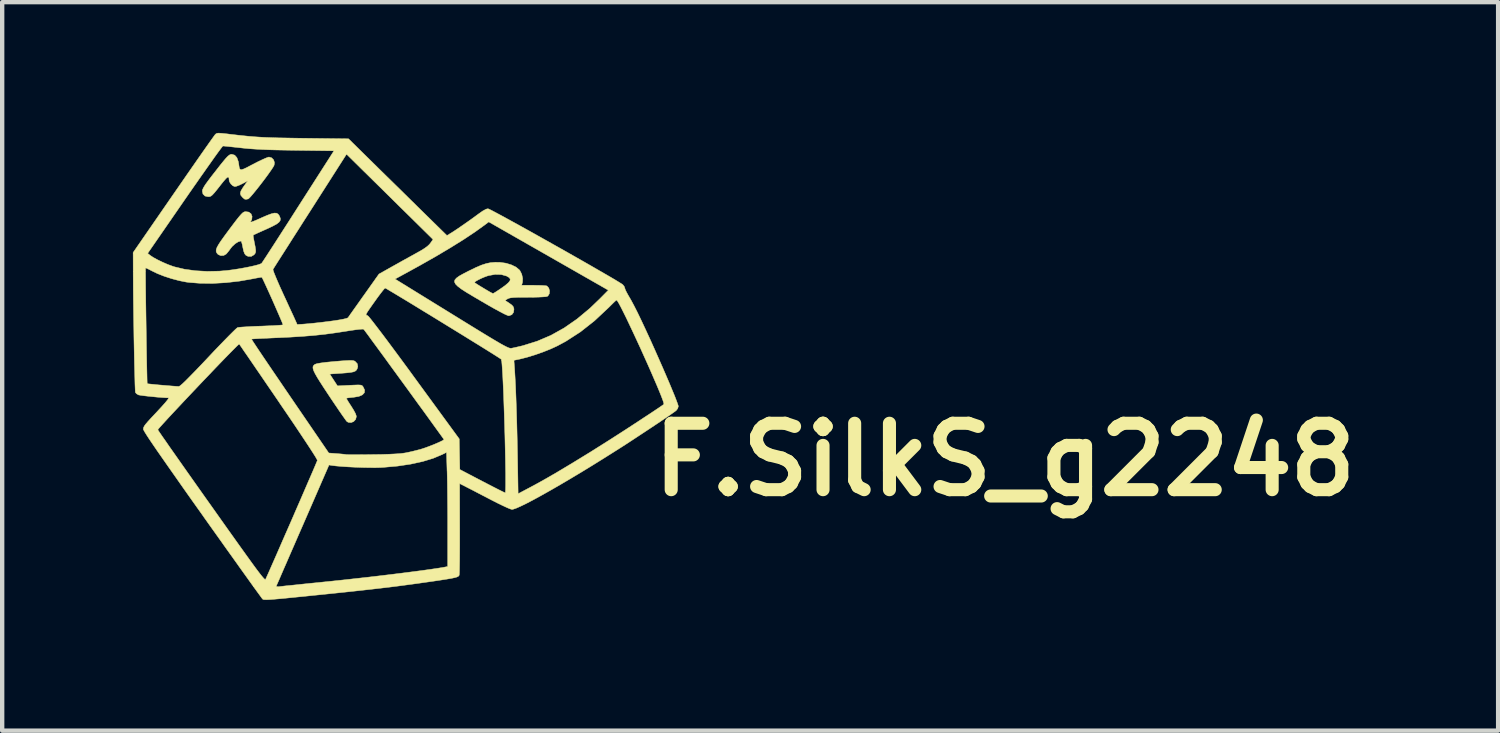
<source format=kicad_pcb>
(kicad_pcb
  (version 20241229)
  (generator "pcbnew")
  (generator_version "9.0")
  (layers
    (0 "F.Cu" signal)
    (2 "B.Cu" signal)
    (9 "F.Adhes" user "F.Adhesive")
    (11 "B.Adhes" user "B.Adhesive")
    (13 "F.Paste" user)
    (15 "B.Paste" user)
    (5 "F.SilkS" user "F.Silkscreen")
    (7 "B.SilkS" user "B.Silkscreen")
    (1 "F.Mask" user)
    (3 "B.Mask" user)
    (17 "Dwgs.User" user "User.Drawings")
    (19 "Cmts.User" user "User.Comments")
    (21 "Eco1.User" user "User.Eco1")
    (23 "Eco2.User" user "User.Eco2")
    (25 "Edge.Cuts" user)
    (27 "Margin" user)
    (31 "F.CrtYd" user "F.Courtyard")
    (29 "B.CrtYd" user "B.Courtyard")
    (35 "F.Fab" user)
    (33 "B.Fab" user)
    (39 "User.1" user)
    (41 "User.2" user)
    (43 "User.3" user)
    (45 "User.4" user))
  (footprint "F.SilkS_g2248"
    (layer "F.Cu")
    (at 20.007 7.496)
    (property "Reference" "F.SilkS_g2248" (at 0 0 0) (layer "F.SilkS") (effects (font (size 1.524 1.524) (thickness 0.3))))
    (attr through_hole)
    (fp_poly (pts (xy -14.987 -2.276) (xy -14.951 -2.272) (xy -14.926 -2.264) (xy -14.911 -2.256) (xy -14.859 -2.201) (xy -14.847 -2.134) (xy -14.863 -2.081) (xy -14.881 -2.052) (xy -14.908 -2.03) (xy -14.95 -2.013) (xy -15.014 -2.001) (xy -15.105 -1.991) (xy -15.231 -1.981) (xy -15.262 -1.979) (xy -15.491 -1.964) (xy -15.403 -1.828) (xy -15.314 -1.692) (xy -15.037 -1.706) (xy -14.924 -1.711) (xy -14.846 -1.714) (xy -14.795 -1.712) (xy -14.763 -1.706) (xy -14.743 -1.694) (xy -14.728 -1.675) (xy -14.725 -1.67) (xy -14.69 -1.597) (xy -14.696 -1.536) (xy -14.741 -1.487) (xy -14.823 -1.451) (xy -14.941 -1.431) (xy -14.942 -1.431) (xy -15.019 -1.423) (xy -15.078 -1.416) (xy -15.107 -1.41) (xy -15.108 -1.409) (xy -15.101 -1.389) (xy -15.074 -1.342) (xy -15.032 -1.276) (xy -14.998 -1.224) (xy -14.939 -1.129) (xy -14.898 -1.051) (xy -14.881 -0.997) (xy -14.88 -0.99) (xy -14.897 -0.923) (xy -14.942 -0.874) (xy -15.001 -0.85) (xy -15.064 -0.855) (xy -15.096 -0.873) (xy -15.116 -0.897) (xy -15.155 -0.951) (xy -15.212 -1.032) (xy -15.283 -1.135) (xy -15.365 -1.256) (xy -15.455 -1.389) (xy -15.502 -1.46) (xy -15.615 -1.631) (xy -15.705 -1.77) (xy -15.775 -1.882) (xy -15.825 -1.969) (xy -15.858 -2.037) (xy -15.874 -2.087) (xy -15.877 -2.125) (xy -15.867 -2.153) (xy -15.845 -2.176) (xy -15.827 -2.188) (xy -15.785 -2.202) (xy -15.702 -2.217) (xy -15.581 -2.233) (xy -15.423 -2.248) (xy -15.37 -2.253) (xy -15.226 -2.265) (xy -15.119 -2.272) (xy -15.041 -2.276) (xy -14.987 -2.276)) (stroke (width 0.01) (type solid)) (fill yes) (layer "F.SilkS"))
    (fp_poly (pts (xy -17.349 -5.68) (xy -17.297 -5.641) (xy -17.273 -5.582) (xy -17.28 -5.512) (xy -17.303 -5.468) (xy -17.309 -5.453) (xy -17.292 -5.452) (xy -17.251 -5.465) (xy -17.18 -5.494) (xy -17.076 -5.54) (xy -17.057 -5.549) (xy -16.93 -5.604) (xy -16.834 -5.64) (xy -16.764 -5.657) (xy -16.714 -5.655) (xy -16.677 -5.635) (xy -16.649 -5.597) (xy -16.641 -5.581) (xy -16.624 -5.534) (xy -16.626 -5.492) (xy -16.651 -5.453) (xy -16.702 -5.411) (xy -16.785 -5.365) (xy -16.901 -5.309) (xy -16.954 -5.285) (xy -17.055 -5.24) (xy -17.142 -5.201) (xy -17.206 -5.171) (xy -17.242 -5.155) (xy -17.247 -5.152) (xy -17.247 -5.13) (xy -17.239 -5.078) (xy -17.225 -5.004) (xy -17.221 -4.984) (xy -17.201 -4.882) (xy -17.191 -4.812) (xy -17.191 -4.765) (xy -17.203 -4.732) (xy -17.225 -4.704) (xy -17.23 -4.699) (xy -17.293 -4.662) (xy -17.365 -4.664) (xy -17.414 -4.688) (xy -17.443 -4.723) (xy -17.467 -4.785) (xy -17.485 -4.868) (xy -17.5 -4.941) (xy -17.515 -4.994) (xy -17.526 -5.016) (xy -17.527 -5.016) (xy -17.588 -5) (xy -17.659 -4.956) (xy -17.727 -4.894) (xy -17.759 -4.855) (xy -17.805 -4.792) (xy -17.848 -4.739) (xy -17.869 -4.716) (xy -17.926 -4.684) (xy -17.993 -4.681) (xy -18.052 -4.707) (xy -18.062 -4.717) (xy -18.086 -4.747) (xy -18.098 -4.78) (xy -18.096 -4.82) (xy -18.078 -4.87) (xy -18.042 -4.935) (xy -17.987 -5.019) (xy -17.909 -5.128) (xy -17.808 -5.265) (xy -17.796 -5.281) (xy -17.7 -5.409) (xy -17.625 -5.507) (xy -17.567 -5.579) (xy -17.524 -5.628) (xy -17.491 -5.661) (xy -17.464 -5.679) (xy -17.44 -5.688) (xy -17.423 -5.69) (xy -17.349 -5.68)) (stroke (width 0.01) (type solid)) (fill yes) (layer "F.SilkS"))
    (fp_poly (pts (xy -17.672 -6.986) (xy -17.622 -6.93) (xy -17.589 -6.839) (xy -17.581 -6.795) (xy -17.572 -6.73) (xy -17.563 -6.684) (xy -17.546 -6.659) (xy -17.517 -6.653) (xy -17.47 -6.667) (xy -17.398 -6.7) (xy -17.298 -6.753) (xy -17.239 -6.783) (xy -17.133 -6.838) (xy -17.036 -6.884) (xy -16.957 -6.919) (xy -16.903 -6.939) (xy -16.885 -6.943) (xy -16.823 -6.924) (xy -16.778 -6.877) (xy -16.759 -6.813) (xy -16.767 -6.757) (xy -16.788 -6.716) (xy -16.831 -6.651) (xy -16.889 -6.568) (xy -16.958 -6.473) (xy -17.034 -6.372) (xy -17.112 -6.271) (xy -17.187 -6.177) (xy -17.254 -6.095) (xy -17.309 -6.031) (xy -17.348 -5.992) (xy -17.362 -5.982) (xy -17.413 -5.972) (xy -17.446 -5.978) (xy -17.483 -6.009) (xy -17.495 -6.021) (xy -17.532 -6.066) (xy -17.543 -6.111) (xy -17.529 -6.165) (xy -17.487 -6.236) (xy -17.46 -6.275) (xy -17.372 -6.397) (xy -17.497 -6.331) (xy -17.568 -6.297) (xy -17.631 -6.273) (xy -17.667 -6.265) (xy -17.714 -6.283) (xy -17.76 -6.326) (xy -17.793 -6.379) (xy -17.801 -6.415) (xy -17.804 -6.461) (xy -17.815 -6.483) (xy -17.837 -6.48) (xy -17.873 -6.449) (xy -17.926 -6.388) (xy -18.001 -6.295) (xy -18.016 -6.275) (xy -18.091 -6.18) (xy -18.146 -6.114) (xy -18.186 -6.071) (xy -18.218 -6.046) (xy -18.246 -6.035) (xy -18.275 -6.033) (xy -18.277 -6.032) (xy -18.353 -6.048) (xy -18.4 -6.094) (xy -18.415 -6.163) (xy -18.408 -6.198) (xy -18.386 -6.244) (xy -18.346 -6.309) (xy -18.283 -6.396) (xy -18.2 -6.506) (xy -18.088 -6.649) (xy -17.999 -6.763) (xy -17.929 -6.849) (xy -17.875 -6.913) (xy -17.833 -6.957) (xy -17.801 -6.984) (xy -17.774 -7) (xy -17.751 -7.005) (xy -17.738 -7.006) (xy -17.672 -6.986)) (stroke (width 0.01) (type solid)) (fill yes) (layer "F.SilkS"))
    (fp_poly (pts (xy -11.582 -4.526) (xy -11.447 -4.507) (xy -11.321 -4.468) (xy -11.214 -4.415) (xy -11.138 -4.351) (xy -11.128 -4.338) (xy -11.086 -4.255) (xy -11.065 -4.16) (xy -11.068 -4.072) (xy -11.071 -4.063) (xy -11.088 -4) (xy -10.809 -4) (xy -10.704 -3.999) (xy -10.613 -3.996) (xy -10.545 -3.991) (xy -10.509 -3.985) (xy -10.507 -3.984) (xy -10.465 -3.936) (xy -10.447 -3.872) (xy -10.453 -3.807) (xy -10.484 -3.757) (xy -10.5 -3.746) (xy -10.532 -3.739) (xy -10.6 -3.734) (xy -10.695 -3.729) (xy -10.811 -3.726) (xy -10.94 -3.725) (xy -10.944 -3.725) (xy -11.09 -3.725) (xy -11.2 -3.723) (xy -11.28 -3.719) (xy -11.337 -3.713) (xy -11.376 -3.704) (xy -11.405 -3.692) (xy -11.41 -3.69) (xy -11.47 -3.654) (xy -11.371 -3.589) (xy -11.31 -3.544) (xy -11.278 -3.505) (xy -11.265 -3.459) (xy -11.264 -3.453) (xy -11.274 -3.379) (xy -11.313 -3.326) (xy -11.376 -3.302) (xy -11.387 -3.302) (xy -11.421 -3.313) (xy -11.489 -3.344) (xy -11.586 -3.395) (xy -11.71 -3.462) (xy -11.858 -3.546) (xy -12.013 -3.636) (xy -12.2 -3.746) (xy -12.352 -3.837) (xy -12.47 -3.913) (xy -12.554 -3.977) (xy -12.607 -4.031) (xy -12.623 -4.066) (xy -12.17 -4.066) (xy -12.153 -4.052) (xy -12.108 -4.022) (xy -12.044 -3.982) (xy -11.97 -3.937) (xy -11.894 -3.892) (xy -11.826 -3.852) (xy -11.774 -3.824) (xy -11.747 -3.811) (xy -11.746 -3.811) (xy -11.724 -3.822) (xy -11.676 -3.851) (xy -11.611 -3.894) (xy -11.577 -3.917) (xy -11.468 -3.994) (xy -11.395 -4.056) (xy -11.356 -4.104) (xy -11.35 -4.144) (xy -11.375 -4.178) (xy -11.429 -4.21) (xy -11.435 -4.213) (xy -11.557 -4.247) (xy -11.697 -4.25) (xy -11.847 -4.223) (xy -11.855 -4.221) (xy -11.925 -4.197) (xy -12.001 -4.165) (xy -12.074 -4.13) (xy -12.132 -4.098) (xy -12.166 -4.074) (xy -12.17 -4.066) (xy -12.623 -4.066) (xy -12.629 -4.079) (xy -12.621 -4.122) (xy -12.585 -4.165) (xy -12.522 -4.211) (xy -12.433 -4.261) (xy -12.319 -4.32) (xy -12.291 -4.334) (xy -12.137 -4.409) (xy -12.01 -4.463) (xy -11.9 -4.499) (xy -11.798 -4.52) (xy -11.695 -4.528) (xy -11.582 -4.526)) (stroke (width 0.01) (type solid)) (fill yes) (layer "F.SilkS"))
    (fp_poly (pts (xy -18.007 -7.49) (xy -17.937 -7.484) (xy -17.836 -7.473) (xy -17.765 -7.464) (xy -17.608 -7.446) (xy -17.47 -7.431) (xy -17.342 -7.418) (xy -17.221 -7.408) (xy -17.099 -7.4) (xy -16.97 -7.393) (xy -16.828 -7.388) (xy -16.668 -7.383) (xy -16.483 -7.38) (xy -16.267 -7.376) (xy -16.044 -7.373) (xy -15.06 -7.361) (xy -14.616 -6.924) (xy -14.5 -6.81) (xy -14.361 -6.673) (xy -14.204 -6.519) (xy -14.035 -6.353) (xy -13.861 -6.183) (xy -13.689 -6.013) (xy -13.524 -5.851) (xy -13.487 -5.814) (xy -12.802 -5.142) (xy -12.725 -5.189) (xy -12.651 -5.235) (xy -12.553 -5.3) (xy -12.44 -5.378) (xy -12.321 -5.461) (xy -12.206 -5.543) (xy -12.105 -5.617) (xy -12.082 -5.634) (xy -11.981 -5.705) (xy -11.904 -5.747) (xy -11.861 -5.757) (xy -11.835 -5.747) (xy -11.776 -5.718) (xy -11.687 -5.671) (xy -11.571 -5.609) (xy -11.432 -5.533) (xy -11.273 -5.446) (xy -11.097 -5.349) (xy -10.908 -5.244) (xy -10.71 -5.133) (xy -10.505 -5.018) (xy -10.297 -4.901) (xy -10.089 -4.784) (xy -9.885 -4.668) (xy -9.688 -4.556) (xy -9.501 -4.449) (xy -9.328 -4.349) (xy -9.172 -4.259) (xy -9.036 -4.18) (xy -8.925 -4.114) (xy -8.84 -4.062) (xy -8.786 -4.028) (xy -8.768 -4.015) (xy -8.734 -3.972) (xy -8.721 -3.935) (xy -8.71 -3.9) (xy -8.682 -3.842) (xy -8.643 -3.771) (xy -8.638 -3.763) (xy -8.576 -3.656) (xy -8.507 -3.527) (xy -8.428 -3.371) (xy -8.339 -3.186) (xy -8.237 -2.968) (xy -8.13 -2.736) (xy -8.034 -2.522) (xy -7.941 -2.312) (xy -7.852 -2.11) (xy -7.77 -1.92) (xy -7.695 -1.745) (xy -7.63 -1.588) (xy -7.575 -1.455) (xy -7.534 -1.348) (xy -7.506 -1.271) (xy -7.493 -1.227) (xy -7.493 -1.223) (xy -7.508 -1.172) (xy -7.541 -1.128) (xy -7.572 -1.104) (xy -7.634 -1.06) (xy -7.723 -0.998) (xy -7.834 -0.923) (xy -7.961 -0.837) (xy -8.101 -0.744) (xy -8.249 -0.646) (xy -8.401 -0.546) (xy -8.551 -0.447) (xy -8.695 -0.353) (xy -8.829 -0.267) (xy -8.922 -0.208) (xy -9.198 -0.034) (xy -9.468 0.134) (xy -9.73 0.294) (xy -9.981 0.444) (xy -10.218 0.584) (xy -10.439 0.711) (xy -10.642 0.825) (xy -10.823 0.924) (xy -10.98 1.006) (xy -11.112 1.07) (xy -11.214 1.115) (xy -11.285 1.139) (xy -11.31 1.143) (xy -11.345 1.133) (xy -11.41 1.107) (xy -11.501 1.065) (xy -11.612 1.012) (xy -11.736 0.949) (xy -11.827 0.902) (xy -11.962 0.832) (xy -12.091 0.765) (xy -12.207 0.704) (xy -12.303 0.655) (xy -12.373 0.619) (xy -12.399 0.605) (xy -12.511 0.549) (xy -12.509 1.582) (xy -12.509 1.788) (xy -12.509 1.981) (xy -12.51 2.159) (xy -12.511 2.316) (xy -12.513 2.447) (xy -12.515 2.55) (xy -12.518 2.619) (xy -12.521 2.65) (xy -12.521 2.651) (xy -12.53 2.667) (xy -12.547 2.681) (xy -12.575 2.694) (xy -12.62 2.707) (xy -12.685 2.721) (xy -12.775 2.737) (xy -12.893 2.756) (xy -13.044 2.779) (xy -13.231 2.806) (xy -13.282 2.813) (xy -13.499 2.844) (xy -13.706 2.872) (xy -13.91 2.899) (xy -14.115 2.925) (xy -14.327 2.95) (xy -14.552 2.976) (xy -14.795 3.003) (xy -15.062 3.032) (xy -15.357 3.063) (xy -15.687 3.097) (xy -15.827 3.111) (xy -16.078 3.137) (xy -16.291 3.158) (xy -16.469 3.176) (xy -16.614 3.19) (xy -16.731 3.2) (xy -16.823 3.208) (xy -16.893 3.212) (xy -16.944 3.214) (xy -16.981 3.213) (xy -17.005 3.211) (xy -17.021 3.206) (xy -17.03 3.201) (xy -17.046 3.182) (xy -17.083 3.131) (xy -17.143 3.049) (xy -17.222 2.94) (xy -17.247 2.905) (xy -16.719 2.905) (xy -16.705 2.914) (xy -16.66 2.915) (xy -16.634 2.912) (xy -16.593 2.907) (xy -16.515 2.898) (xy -16.405 2.887) (xy -16.268 2.873) (xy -16.109 2.856) (xy -15.934 2.838) (xy -15.748 2.82) (xy -15.695 2.814) (xy -15.43 2.787) (xy -15.156 2.758) (xy -14.878 2.727) (xy -14.6 2.696) (xy -14.327 2.664) (xy -14.062 2.632) (xy -13.811 2.601) (xy -13.577 2.571) (xy -13.364 2.543) (xy -13.178 2.517) (xy -13.022 2.494) (xy -12.902 2.475) (xy -12.843 2.464) (xy -12.785 2.452) (xy -12.785 1.57) (xy -12.785 1.36) (xy -12.786 1.145) (xy -12.788 0.933) (xy -12.79 0.731) (xy -12.792 0.548) (xy -12.795 0.392) (xy -12.798 0.269) (xy -12.799 0.261) (xy -12.812 -0.167) (xy -12.91 -0.118) (xy -13.116 -0.031) (xy -13.359 0.043) (xy -13.633 0.103) (xy -13.934 0.148) (xy -14.258 0.177) (xy -14.33 0.181) (xy -14.444 0.184) (xy -14.585 0.183) (xy -14.744 0.18) (xy -14.91 0.174) (xy -15.073 0.166) (xy -15.222 0.156) (xy -15.348 0.145) (xy -15.432 0.135) (xy -15.508 0.123) (xy -16.109 1.504) (xy -16.209 1.732) (xy -16.303 1.949) (xy -16.392 2.152) (xy -16.472 2.337) (xy -16.544 2.501) (xy -16.605 2.642) (xy -16.654 2.756) (xy -16.691 2.84) (xy -16.713 2.89) (xy -16.719 2.905) (xy -17.247 2.905) (xy -17.319 2.805) (xy -17.432 2.647) (xy -17.561 2.467) (xy -17.702 2.269) (xy -17.856 2.054) (xy -18.019 1.824) (xy -18.192 1.582) (xy -18.371 1.33) (xy -18.405 1.281) (xy -18.639 0.952) (xy -18.848 0.656) (xy -19.033 0.392) (xy -19.196 0.16) (xy -19.337 -0.042) (xy -19.457 -0.214) (xy -19.556 -0.359) (xy -19.635 -0.476) (xy -19.695 -0.568) (xy -19.736 -0.634) (xy -19.759 -0.676) (xy -19.763 -0.685) (xy -19.436 -0.685) (xy -19.424 -0.666) (xy -19.389 -0.614) (xy -19.333 -0.532) (xy -19.257 -0.424) (xy -19.164 -0.289) (xy -19.054 -0.133) (xy -18.929 0.045) (xy -18.792 0.24) (xy -18.643 0.451) (xy -18.484 0.676) (xy -18.317 0.912) (xy -18.211 1.061) (xy -18.01 1.345) (xy -17.832 1.596) (xy -17.675 1.816) (xy -17.539 2.007) (xy -17.421 2.171) (xy -17.321 2.31) (xy -17.237 2.426) (xy -17.167 2.521) (xy -17.11 2.596) (xy -17.065 2.654) (xy -17.03 2.696) (xy -17.004 2.725) (xy -16.986 2.742) (xy -16.973 2.749) (xy -16.965 2.748) (xy -16.962 2.744) (xy -16.95 2.717) (xy -16.922 2.655) (xy -16.88 2.561) (xy -16.826 2.437) (xy -16.76 2.288) (xy -16.685 2.117) (xy -16.602 1.926) (xy -16.512 1.72) (xy -16.416 1.502) (xy -16.361 1.376) (xy -16.264 1.152) (xy -16.171 0.939) (xy -16.085 0.74) (xy -16.007 0.559) (xy -15.937 0.398) (xy -15.878 0.262) (xy -15.831 0.152) (xy -15.798 0.073) (xy -15.779 0.028) (xy -15.775 0.018) (xy -15.785 -0.006) (xy -15.818 -0.064) (xy -15.874 -0.153) (xy -15.951 -0.272) (xy -16.049 -0.421) (xy -16.166 -0.597) (xy -16.301 -0.799) (xy -16.455 -1.026) (xy -16.625 -1.275) (xy -16.659 -1.326) (xy -16.803 -1.537) (xy -16.941 -1.738) (xy -17.069 -1.926) (xy -17.188 -2.099) (xy -17.293 -2.253) (xy -17.384 -2.386) (xy -17.46 -2.495) (xy -17.516 -2.578) (xy -17.553 -2.631) (xy -17.568 -2.652) (xy -17.569 -2.653) (xy -17.585 -2.64) (xy -17.627 -2.6) (xy -17.692 -2.535) (xy -17.777 -2.449) (xy -17.88 -2.344) (xy -17.996 -2.224) (xy -18.123 -2.092) (xy -18.258 -1.95) (xy -18.399 -1.803) (xy -18.541 -1.653) (xy -18.683 -1.503) (xy -18.821 -1.357) (xy -18.952 -1.217) (xy -19.074 -1.087) (xy -19.183 -0.97) (xy -19.276 -0.869) (xy -19.351 -0.786) (xy -19.404 -0.727) (xy -19.432 -0.692) (xy -19.436 -0.685) (xy -19.763 -0.685) (xy -19.766 -0.692) (xy -19.767 -0.717) (xy -19.76 -0.743) (xy -19.743 -0.775) (xy -19.712 -0.817) (xy -19.663 -0.874) (xy -19.592 -0.952) (xy -19.497 -1.053) (xy -19.463 -1.089) (xy -19.353 -1.208) (xy -19.27 -1.301) (xy -19.215 -1.368) (xy -19.189 -1.407) (xy -19.19 -1.418) (xy -19.255 -1.42) (xy -19.345 -1.426) (xy -19.45 -1.434) (xy -19.561 -1.445) (xy -19.669 -1.456) (xy -19.764 -1.467) (xy -19.836 -1.477) (xy -19.877 -1.485) (xy -19.879 -1.485) (xy -19.926 -1.513) (xy -19.95 -1.542) (xy -19.953 -1.569) (xy -19.956 -1.634) (xy -19.96 -1.734) (xy -19.963 -1.863) (xy -19.967 -2.018) (xy -19.972 -2.195) (xy -19.976 -2.39) (xy -19.98 -2.597) (xy -19.984 -2.814) (xy -19.987 -3.037) (xy -19.991 -3.26) (xy -19.994 -3.48) (xy -19.997 -3.693) (xy -19.999 -3.895) (xy -20 -4.081) (xy -20.001 -4.248) (xy -20.001 -4.297) (xy -20.001 -4.317) (xy -19.719 -4.317) (xy -19.718 -4.224) (xy -19.717 -4.101) (xy -19.716 -3.954) (xy -19.714 -3.787) (xy -19.712 -3.603) (xy -19.709 -3.408) (xy -19.706 -3.205) (xy -19.703 -3) (xy -19.7 -2.796) (xy -19.697 -2.598) (xy -19.694 -2.41) (xy -19.691 -2.237) (xy -19.688 -2.083) (xy -19.685 -1.953) (xy -19.683 -1.85) (xy -19.681 -1.78) (xy -19.679 -1.746) (xy -19.679 -1.744) (xy -19.656 -1.739) (xy -19.6 -1.733) (xy -19.519 -1.725) (xy -19.421 -1.715) (xy -19.314 -1.706) (xy -19.207 -1.697) (xy -19.108 -1.689) (xy -19.027 -1.683) (xy -18.97 -1.68) (xy -18.951 -1.68) (xy -18.925 -1.694) (xy -18.874 -1.737) (xy -18.799 -1.808) (xy -18.699 -1.909) (xy -18.572 -2.039) (xy -18.418 -2.2) (xy -18.277 -2.349) (xy -18.144 -2.491) (xy -18.018 -2.622) (xy -17.903 -2.741) (xy -17.879 -2.765) (xy -17.287 -2.765) (xy -17.276 -2.747) (xy -17.244 -2.697) (xy -17.191 -2.617) (xy -17.12 -2.51) (xy -17.032 -2.379) (xy -16.929 -2.227) (xy -16.814 -2.057) (xy -16.687 -1.871) (xy -16.551 -1.671) (xy -16.408 -1.461) (xy -16.404 -1.455) (xy -15.513 -0.152) (xy -15.329 -0.138) (xy -15.242 -0.131) (xy -15.169 -0.124) (xy -15.121 -0.118) (xy -15.113 -0.116) (xy -15.084 -0.115) (xy -15.019 -0.113) (xy -14.923 -0.113) (xy -14.802 -0.113) (xy -14.662 -0.114) (xy -14.508 -0.116) (xy -14.499 -0.116) (xy -14.288 -0.119) (xy -14.115 -0.125) (xy -13.974 -0.132) (xy -13.861 -0.14) (xy -13.772 -0.152) (xy -13.737 -0.158) (xy -13.625 -0.182) (xy -13.498 -0.213) (xy -13.384 -0.244) (xy -13.377 -0.246) (xy -13.296 -0.273) (xy -13.204 -0.307) (xy -13.109 -0.344) (xy -13.02 -0.382) (xy -12.945 -0.416) (xy -12.892 -0.443) (xy -12.87 -0.459) (xy -12.869 -0.46) (xy -12.881 -0.478) (xy -12.916 -0.527) (xy -12.971 -0.603) (xy -13.044 -0.704) (xy -13.132 -0.826) (xy -13.233 -0.966) (xy -13.345 -1.121) (xy -13.466 -1.286) (xy -13.592 -1.46) (xy -13.722 -1.639) (xy -13.854 -1.82) (xy -13.984 -1.998) (xy -14.111 -2.172) (xy -14.231 -2.338) (xy -14.344 -2.492) (xy -14.446 -2.631) (xy -14.535 -2.752) (xy -14.608 -2.853) (xy -14.664 -2.928) (xy -14.7 -2.976) (xy -14.712 -2.992) (xy -14.738 -2.995) (xy -14.798 -2.991) (xy -14.888 -2.981) (xy -15 -2.965) (xy -15.127 -2.945) (xy -15.368 -2.908) (xy -15.606 -2.876) (xy -15.851 -2.85) (xy -16.111 -2.829) (xy -16.394 -2.811) (xy -16.71 -2.796) (xy -16.741 -2.795) (xy -16.887 -2.788) (xy -17.019 -2.782) (xy -17.131 -2.777) (xy -17.216 -2.772) (xy -17.27 -2.768) (xy -17.287 -2.765) (xy -17.879 -2.765) (xy -17.802 -2.844) (xy -17.718 -2.928) (xy -17.655 -2.989) (xy -17.615 -3.024) (xy -17.604 -3.031) (xy -17.57 -3.036) (xy -17.501 -3.042) (xy -17.402 -3.048) (xy -17.281 -3.055) (xy -17.145 -3.061) (xy -17.067 -3.063) (xy -16.927 -3.069) (xy -16.802 -3.074) (xy -16.697 -3.08) (xy -16.619 -3.086) (xy -16.573 -3.09) (xy -16.564 -3.093) (xy -16.57 -3.113) (xy -16.591 -3.166) (xy -16.625 -3.246) (xy -16.668 -3.346) (xy -16.718 -3.46) (xy -16.772 -3.584) (xy -16.828 -3.71) (xy -16.883 -3.832) (xy -16.935 -3.946) (xy -16.98 -4.044) (xy -17.016 -4.121) (xy -17.041 -4.171) (xy -17.05 -4.186) (xy -17.071 -4.184) (xy -17.124 -4.175) (xy -17.201 -4.161) (xy -17.26 -4.149) (xy -17.562 -4.096) (xy -17.867 -4.061) (xy -18.166 -4.044) (xy -18.451 -4.045) (xy -18.71 -4.065) (xy -18.782 -4.074) (xy -18.943 -4.106) (xy -19.117 -4.152) (xy -19.29 -4.208) (xy -19.447 -4.27) (xy -19.575 -4.332) (xy -19.642 -4.367) (xy -19.692 -4.391) (xy -19.717 -4.399) (xy -19.717 -4.399) (xy -19.718 -4.377) (xy -19.719 -4.317) (xy -20.001 -4.317) (xy -20.002 -4.733) (xy -19.669 -4.733) (xy -19.608 -4.684) (xy -19.54 -4.639) (xy -19.443 -4.586) (xy -19.329 -4.531) (xy -19.21 -4.479) (xy -19.096 -4.437) (xy -19.052 -4.423) (xy -18.825 -4.369) (xy -18.571 -4.334) (xy -18.301 -4.319) (xy -18.024 -4.325) (xy -17.854 -4.339) (xy -17.722 -4.356) (xy -17.656 -4.366) (xy -16.793 -4.366) (xy -16.789 -4.341) (xy -16.768 -4.282) (xy -16.733 -4.196) (xy -16.687 -4.087) (xy -16.631 -3.959) (xy -16.567 -3.819) (xy -16.561 -3.805) (xy -16.494 -3.661) (xy -16.432 -3.525) (xy -16.376 -3.404) (xy -16.329 -3.303) (xy -16.295 -3.228) (xy -16.276 -3.186) (xy -16.276 -3.186) (xy -16.238 -3.101) (xy -16.125 -3.107) (xy -16.061 -3.112) (xy -15.967 -3.12) (xy -15.855 -3.131) (xy -15.737 -3.144) (xy -15.727 -3.145) (xy -15.555 -3.166) (xy -15.402 -3.186) (xy -15.273 -3.206) (xy -15.172 -3.225) (xy -15.104 -3.242) (xy -15.073 -3.255) (xy -15.072 -3.256) (xy -15.057 -3.278) (xy -15.021 -3.329) (xy -15.018 -3.333) (xy -14.656 -3.333) (xy -14.655 -3.32) (xy -14.644 -3.312) (xy -14.626 -3.306) (xy -14.622 -3.304) (xy -14.6 -3.284) (xy -14.555 -3.23) (xy -14.488 -3.145) (xy -14.399 -3.029) (xy -14.289 -2.885) (xy -14.16 -2.713) (xy -14.013 -2.515) (xy -13.848 -2.292) (xy -13.667 -2.046) (xy -13.547 -1.881) (xy -12.52 -0.476) (xy -12.507 0.226) (xy -11.995 0.494) (xy -11.86 0.564) (xy -11.736 0.628) (xy -11.63 0.682) (xy -11.546 0.724) (xy -11.489 0.751) (xy -11.464 0.762) (xy -11.464 0.762) (xy -11.46 0.741) (xy -11.457 0.683) (xy -11.455 0.59) (xy -11.455 0.466) (xy -11.455 0.317) (xy -11.458 0.145) (xy -11.46 0.005) (xy -11.466 -0.275) (xy -11.472 -0.55) (xy -11.48 -0.817) (xy -11.488 -1.072) (xy -11.496 -1.312) (xy -11.504 -1.534) (xy -11.513 -1.734) (xy -11.521 -1.909) (xy -11.53 -2.056) (xy -11.538 -2.172) (xy -11.545 -2.253) (xy -11.55 -2.279) (xy -11.265 -2.279) (xy -11.251 -2.097) (xy -11.24 -1.911) (xy -11.228 -1.687) (xy -11.218 -1.43) (xy -11.208 -1.144) (xy -11.199 -0.834) (xy -11.191 -0.504) (xy -11.184 -0.16) (xy -11.183 -0.101) (xy -11.169 0.783) (xy -10.903 0.642) (xy -10.785 0.579) (xy -10.645 0.502) (xy -10.5 0.42) (xy -10.365 0.342) (xy -10.329 0.322) (xy -9.933 0.085) (xy -9.507 -0.176) (xy -9.055 -0.461) (xy -8.954 -0.526) (xy -8.826 -0.608) (xy -8.688 -0.697) (xy -8.547 -0.789) (xy -8.406 -0.881) (xy -8.27 -0.971) (xy -8.143 -1.054) (xy -8.032 -1.128) (xy -7.939 -1.19) (xy -7.871 -1.237) (xy -7.832 -1.265) (xy -7.825 -1.27) (xy -7.827 -1.295) (xy -7.845 -1.354) (xy -7.878 -1.442) (xy -7.924 -1.557) (xy -7.981 -1.694) (xy -8.048 -1.849) (xy -8.121 -2.018) (xy -8.2 -2.197) (xy -8.283 -2.381) (xy -8.367 -2.568) (xy -8.452 -2.752) (xy -8.535 -2.93) (xy -8.614 -3.097) (xy -8.687 -3.251) (xy -8.754 -3.386) (xy -8.811 -3.499) (xy -8.857 -3.585) (xy -8.891 -3.64) (xy -8.909 -3.662) (xy -8.91 -3.662) (xy -8.929 -3.648) (xy -8.971 -3.609) (xy -9.03 -3.551) (xy -9.1 -3.481) (xy -9.102 -3.48) (xy -9.417 -3.185) (xy -9.741 -2.93) (xy -10.074 -2.715) (xy -10.269 -2.61) (xy -10.423 -2.539) (xy -10.599 -2.469) (xy -10.784 -2.404) (xy -10.963 -2.349) (xy -11.12 -2.309) (xy -11.13 -2.307) (xy -11.265 -2.279) (xy -11.55 -2.279) (xy -11.552 -2.296) (xy -11.555 -2.301) (xy -11.575 -2.316) (xy -11.627 -2.35) (xy -11.709 -2.402) (xy -11.817 -2.47) (xy -11.947 -2.551) (xy -12.095 -2.643) (xy -12.259 -2.744) (xy -12.435 -2.853) (xy -12.619 -2.966) (xy -12.808 -3.082) (xy -12.998 -3.199) (xy -13.187 -3.315) (xy -13.37 -3.426) (xy -13.544 -3.533) (xy -13.705 -3.631) (xy -13.851 -3.719) (xy -13.977 -3.795) (xy -14.081 -3.857) (xy -14.158 -3.903) (xy -14.205 -3.93) (xy -14.22 -3.937) (xy -14.239 -3.921) (xy -14.277 -3.875) (xy -14.33 -3.807) (xy -14.394 -3.721) (xy -14.439 -3.658) (xy -14.521 -3.543) (xy -14.581 -3.457) (xy -14.622 -3.397) (xy -14.646 -3.357) (xy -14.656 -3.333) (xy -15.018 -3.333) (xy -14.967 -3.406) (xy -14.898 -3.503) (xy -14.817 -3.617) (xy -14.728 -3.743) (xy -14.711 -3.766) (xy -14.443 -4.144) (xy -13.993 -4.144) (xy -12.695 -3.344) (xy -12.447 -3.191) (xy -12.231 -3.058) (xy -12.047 -2.945) (xy -11.891 -2.85) (xy -11.76 -2.771) (xy -11.653 -2.708) (xy -11.566 -2.657) (xy -11.497 -2.619) (xy -11.443 -2.591) (xy -11.402 -2.572) (xy -11.372 -2.561) (xy -11.349 -2.555) (xy -11.331 -2.555) (xy -11.324 -2.555) (xy -11.27 -2.566) (xy -11.19 -2.584) (xy -11.096 -2.606) (xy -11.056 -2.616) (xy -10.73 -2.718) (xy -10.416 -2.852) (xy -10.113 -3.021) (xy -9.816 -3.227) (xy -9.522 -3.472) (xy -9.296 -3.689) (xy -9.099 -3.888) (xy -10.471 -4.672) (xy -11.843 -5.455) (xy -11.938 -5.383) (xy -12.159 -5.224) (xy -12.419 -5.051) (xy -12.718 -4.865) (xy -13.056 -4.664) (xy -13.432 -4.451) (xy -13.69 -4.309) (xy -13.993 -4.144) (xy -14.443 -4.144) (xy -14.362 -4.258) (xy -14.087 -4.413) (xy -13.958 -4.485) (xy -13.81 -4.568) (xy -13.661 -4.65) (xy -13.53 -4.723) (xy -13.528 -4.724) (xy -13.406 -4.792) (xy -13.317 -4.847) (xy -13.252 -4.894) (xy -13.207 -4.936) (xy -13.183 -4.965) (xy -13.121 -5.052) (xy -13.72 -5.643) (xy -13.873 -5.793) (xy -14.034 -5.952) (xy -14.197 -6.113) (xy -14.355 -6.269) (xy -14.502 -6.413) (xy -14.63 -6.54) (xy -14.713 -6.621) (xy -15.106 -7.009) (xy -15.942 -5.7) (xy -16.079 -5.487) (xy -16.208 -5.284) (xy -16.33 -5.094) (xy -16.441 -4.919) (xy -16.54 -4.764) (xy -16.626 -4.63) (xy -16.696 -4.52) (xy -16.748 -4.438) (xy -16.781 -4.385) (xy -16.793 -4.366) (xy -17.656 -4.366) (xy -17.584 -4.377) (xy -17.449 -4.401) (xy -17.323 -4.426) (xy -17.213 -4.451) (xy -17.126 -4.474) (xy -17.07 -4.495) (xy -17.054 -4.505) (xy -17.037 -4.529) (xy -17 -4.585) (xy -16.944 -4.67) (xy -16.871 -4.783) (xy -16.782 -4.92) (xy -16.681 -5.077) (xy -16.568 -5.253) (xy -16.445 -5.444) (xy -16.315 -5.647) (xy -16.209 -5.813) (xy -15.394 -7.086) (xy -16.254 -7.097) (xy -16.504 -7.101) (xy -16.717 -7.105) (xy -16.901 -7.11) (xy -17.061 -7.117) (xy -17.203 -7.125) (xy -17.334 -7.134) (xy -17.46 -7.146) (xy -17.515 -7.152) (xy -17.642 -7.166) (xy -17.755 -7.178) (xy -17.848 -7.188) (xy -17.912 -7.194) (xy -17.942 -7.196) (xy -17.942 -7.196) (xy -17.958 -7.179) (xy -17.996 -7.13) (xy -18.054 -7.052) (xy -18.13 -6.947) (xy -18.221 -6.818) (xy -18.327 -6.668) (xy -18.445 -6.5) (xy -18.573 -6.317) (xy -18.71 -6.121) (xy -18.818 -5.965) (xy -19.669 -4.733) (xy -20.002 -4.733) (xy -20.002 -4.752) (xy -19.081 -6.085) (xy -18.933 -6.299) (xy -18.792 -6.503) (xy -18.659 -6.694) (xy -18.536 -6.871) (xy -18.425 -7.03) (xy -18.328 -7.168) (xy -18.247 -7.283) (xy -18.184 -7.371) (xy -18.141 -7.431) (xy -18.12 -7.459) (xy -18.119 -7.46) (xy -18.101 -7.476) (xy -18.082 -7.486) (xy -18.052 -7.491) (xy -18.007 -7.49)) (stroke (width 0.01) (type solid)) (fill yes) (layer "F.SilkS")))
  (gr_rect
    (start -3 -3)
    (end 31.324 13.715)
    (stroke (width 0.1) (type default))
    (fill no)
    (layer "Edge.Cuts")))
</source>
